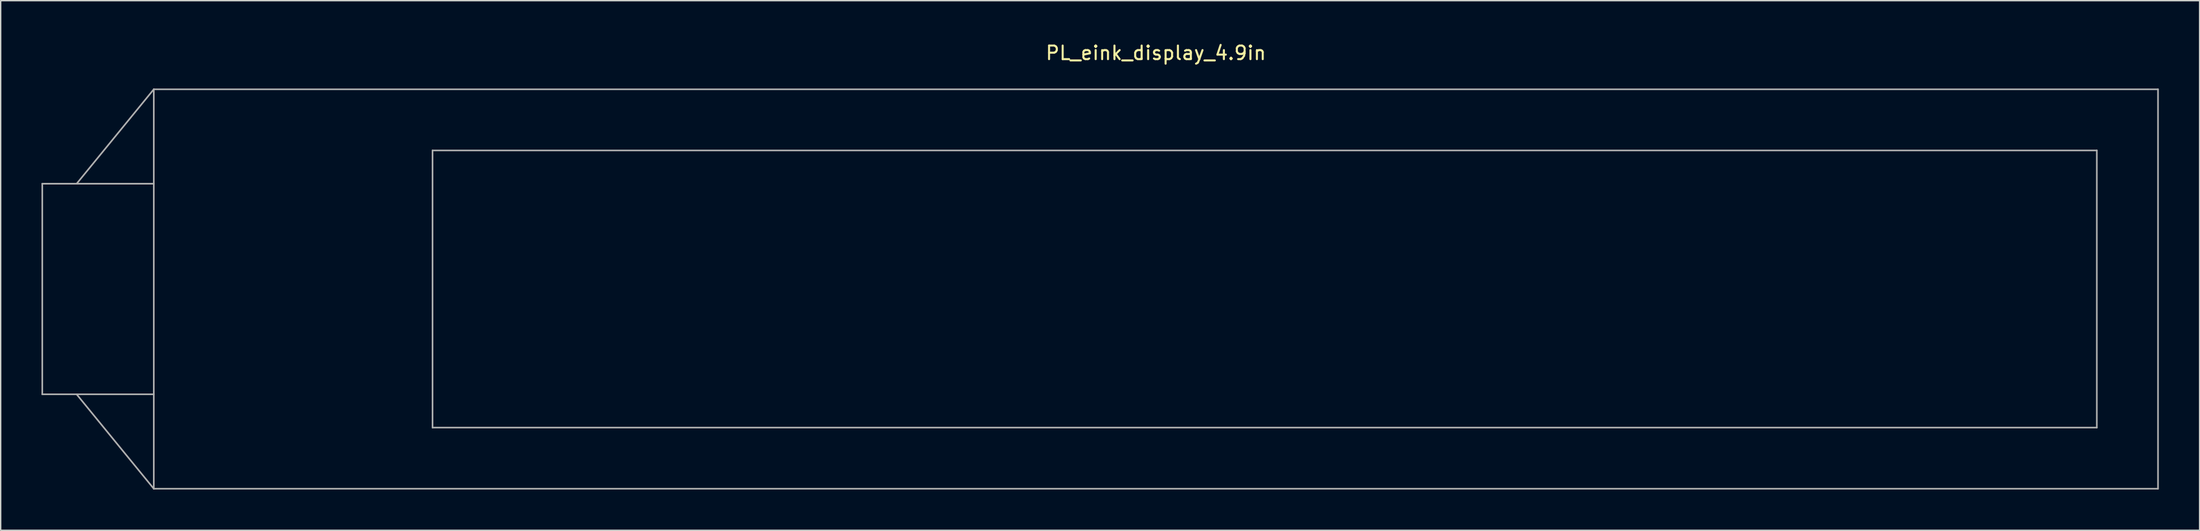
<source format=kicad_pcb>
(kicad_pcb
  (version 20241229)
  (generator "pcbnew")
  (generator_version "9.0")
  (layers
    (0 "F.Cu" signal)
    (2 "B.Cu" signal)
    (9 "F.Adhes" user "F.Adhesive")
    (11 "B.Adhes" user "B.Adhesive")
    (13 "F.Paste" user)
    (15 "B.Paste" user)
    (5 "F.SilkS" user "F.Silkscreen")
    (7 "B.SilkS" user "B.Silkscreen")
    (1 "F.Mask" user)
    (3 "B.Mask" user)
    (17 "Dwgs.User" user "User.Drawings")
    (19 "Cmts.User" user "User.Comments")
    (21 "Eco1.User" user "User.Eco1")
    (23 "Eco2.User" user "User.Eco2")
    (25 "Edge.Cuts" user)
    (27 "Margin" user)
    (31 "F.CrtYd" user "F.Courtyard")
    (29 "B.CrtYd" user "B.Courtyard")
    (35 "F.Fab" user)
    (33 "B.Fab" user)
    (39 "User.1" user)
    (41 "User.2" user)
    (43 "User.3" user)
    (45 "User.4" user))
  (footprint "PL_eink_display_4.9in"
    (layer "F.Cu")
    (at 81.96 3.523)
    (property "Reference" "PL_eink_display_4.9in" (at 0 -2.675 0) (layer "F.SilkS") (effects (font (size 1 1) (thickness 0.15))))
    (attr through_hole)
    (fp_line (start -81.9 6.95) (end -81.9 22.45) (stroke (width 0.12) (type solid)) (layer "F.Fab"))
    (fp_line (start -81.9 6.95) (end -73.7 6.95) (stroke (width 0.12) (type solid)) (layer "F.Fab"))
    (fp_line (start -81.9 22.45) (end -73.7 22.45) (stroke (width 0.12) (type solid)) (layer "F.Fab"))
    (fp_line (start -73.7 0) (end -79.375 6.95) (stroke (width 0.12) (type solid)) (layer "F.Fab"))
    (fp_line (start -73.7 0) (end 73.7 0) (stroke (width 0.12) (type solid)) (layer "F.Fab"))
    (fp_line (start -73.7 29.4) (end -79.375 22.45) (stroke (width 0.12) (type solid)) (layer "F.Fab"))
    (fp_line (start -73.7 29.4) (end -73.7 0) (stroke (width 0.12) (type solid)) (layer "F.Fab"))
    (fp_line (start -53.2 4.5) (end -53.2 24.9) (stroke (width 0.12) (type solid)) (layer "F.Fab"))
    (fp_line (start 69.2 4.5) (end -53.2 4.5) (stroke (width 0.12) (type solid)) (layer "F.Fab"))
    (fp_line (start 69.2 4.5) (end 69.2 24.9) (stroke (width 0.12) (type solid)) (layer "F.Fab"))
    (fp_line (start 69.2 24.9) (end -53.2 24.9) (stroke (width 0.12) (type solid)) (layer "F.Fab"))
    (fp_line (start 73.7 0) (end 73.7 29.4) (stroke (width 0.12) (type solid)) (layer "F.Fab"))
    (fp_line (start 73.7 29.4) (end -73.7 29.4) (stroke (width 0.12) (type solid)) (layer "F.Fab")))
  (gr_rect
    (start -3 -3)
    (end 158.72 35.983)
    (stroke (width 0.1) (type default))
    (fill no)
    (layer "Edge.Cuts")))
</source>
